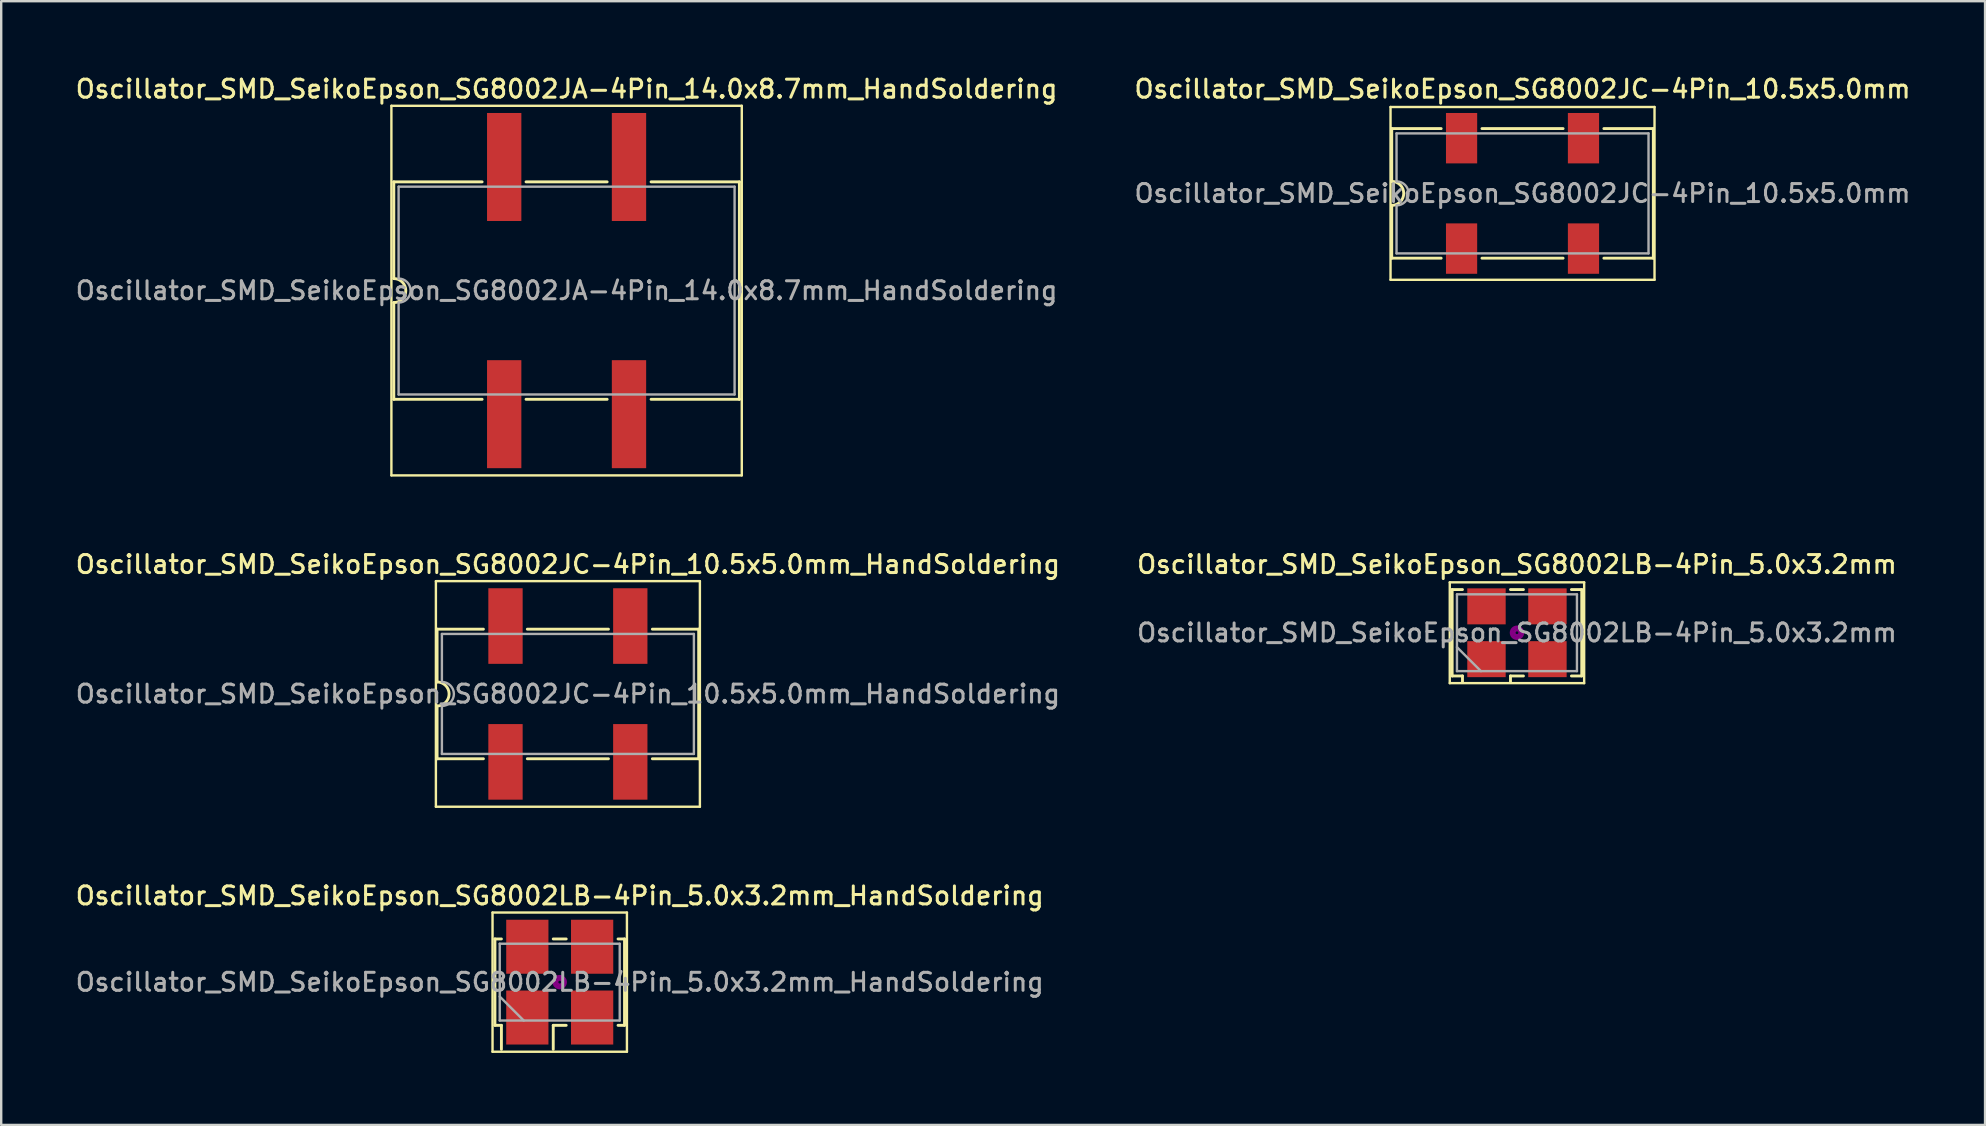
<source format=kicad_pcb>
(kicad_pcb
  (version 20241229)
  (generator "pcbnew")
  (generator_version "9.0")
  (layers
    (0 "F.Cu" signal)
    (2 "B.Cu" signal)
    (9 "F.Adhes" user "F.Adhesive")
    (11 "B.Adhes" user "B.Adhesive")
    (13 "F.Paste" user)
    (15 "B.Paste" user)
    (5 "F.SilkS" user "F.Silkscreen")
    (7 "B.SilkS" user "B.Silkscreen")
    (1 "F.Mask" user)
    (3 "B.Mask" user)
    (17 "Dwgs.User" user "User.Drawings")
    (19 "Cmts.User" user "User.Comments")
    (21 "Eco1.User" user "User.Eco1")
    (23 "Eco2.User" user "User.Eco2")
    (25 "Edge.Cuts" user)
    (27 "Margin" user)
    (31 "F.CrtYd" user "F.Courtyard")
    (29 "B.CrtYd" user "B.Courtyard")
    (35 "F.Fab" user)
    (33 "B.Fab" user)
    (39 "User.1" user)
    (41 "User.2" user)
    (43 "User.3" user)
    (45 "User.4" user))
  (footprint "Oscillator_SMD_SeikoEpson_SG8002LB-4Pin_5.0x3.2mm"
    (layer "F.Cu")
    (at 60.159 23.316)
    (property "Reference" "Oscillator_SMD_SeikoEpson_SG8002LB-4Pin_5.0x3.2mm" (at 0 -2.85 0) (layer "F.SilkS") (effects (font (size 0.75 0.75) (thickness 0.125))))
    (attr smd)
    (fp_line (start -2.8 -2.1) (end -2.8 2.1) (stroke (width 0.1) (type solid)) (layer "F.SilkS"))
    (fp_line (start -2.8 2.1) (end 2.8 2.1) (stroke (width 0.1) (type solid)) (layer "F.SilkS"))
    (fp_line (start -2.7 -1.8) (end -2.27 -1.8) (stroke (width 0.12) (type solid)) (layer "F.SilkS"))
    (fp_line (start -2.7 1.8) (end -2.7 -1.8) (stroke (width 0.12) (type solid)) (layer "F.SilkS"))
    (fp_line (start -2.27 1.8) (end -2.7 1.8) (stroke (width 0.12) (type solid)) (layer "F.SilkS"))
    (fp_line (start -2.27 2.05) (end -2.27 1.8) (stroke (width 0.12) (type solid)) (layer "F.SilkS"))
    (fp_line (start -0.27 -1.8) (end 0.27 -1.8) (stroke (width 0.12) (type solid)) (layer "F.SilkS"))
    (fp_line (start -0.27 1.8) (end -0.27 2.05) (stroke (width 0.12) (type solid)) (layer "F.SilkS"))
    (fp_line (start 0.27 1.8) (end -0.27 1.8) (stroke (width 0.12) (type solid)) (layer "F.SilkS"))
    (fp_line (start 2.27 -1.8) (end 2.7 -1.8) (stroke (width 0.12) (type solid)) (layer "F.SilkS"))
    (fp_line (start 2.7 -1.8) (end 2.7 1.8) (stroke (width 0.12) (type solid)) (layer "F.SilkS"))
    (fp_line (start 2.7 1.8) (end 2.27 1.8) (stroke (width 0.12) (type solid)) (layer "F.SilkS"))
    (fp_line (start 2.8 -2.1) (end -2.8 -2.1) (stroke (width 0.1) (type solid)) (layer "F.SilkS"))
    (fp_line (start 2.8 2.1) (end 2.8 -2.1) (stroke (width 0.1) (type solid)) (layer "F.SilkS"))
    (fp_circle (center 0 0) (end 0.058 0) (stroke (width 0.117) (type solid)) (fill no) (layer "F.Adhes"))
    (fp_circle (center 0 0) (end 0.133 0) (stroke (width 0.083) (type solid)) (fill no) (layer "F.Adhes"))
    (fp_circle (center 0 0) (end 0.208 0) (stroke (width 0.083) (type solid)) (fill no) (layer "F.Adhes"))
    (fp_circle (center 0 0) (end 0.25 0) (stroke (width 0.1) (type solid)) (fill no) (layer "F.Adhes"))
    (fp_line (start -2.5 -1.6) (end -2.5 1.6) (stroke (width 0.1) (type solid)) (layer "F.Fab"))
    (fp_line (start -2.5 0.6) (end -1.5 1.6) (stroke (width 0.1) (type solid)) (layer "F.Fab"))
    (fp_line (start -2.5 1.6) (end 2.5 1.6) (stroke (width 0.1) (type solid)) (layer "F.Fab"))
    (fp_line (start 2.5 -1.6) (end -2.5 -1.6) (stroke (width 0.1) (type solid)) (layer "F.Fab"))
    (fp_line (start 2.5 1.6) (end 2.5 -1.6) (stroke (width 0.1) (type solid)) (layer "F.Fab"))
    (fp_text user "${REFERENCE}" (at 0 0 0) (layer "F.Fab") (effects (font (size 0.75 0.75) (thickness 0.125))))
    (pad "1" smd rect (at -1.27 1.1) (size 1.6 1.5) (layers "F.Cu" "F.Mask" "F.Paste"))
    (pad "2" smd rect (at 1.27 1.1) (size 1.6 1.5) (layers "F.Cu" "F.Mask" "F.Paste"))
    (pad "3" smd rect (at 1.27 -1.1) (size 1.6 1.5) (layers "F.Cu" "F.Mask" "F.Paste"))
    (pad "4" smd rect (at -1.27 -1.1) (size 1.6 1.5) (layers "F.Cu" "F.Mask" "F.Paste")))
  (footprint "Oscillator_SMD_SeikoEpson_SG8002LB-4Pin_5.0x3.2mm_HandSoldering"
    (layer "F.Cu")
    (at 20.273 37.874)
    (property "Reference" "Oscillator_SMD_SeikoEpson_SG8002LB-4Pin_5.0x3.2mm_HandSoldering" (at 0 -3.6 0) (layer "F.SilkS") (effects (font (size 0.75 0.75) (thickness 0.125))))
    (attr smd)
    (fp_line (start -2.8 -2.9) (end -2.8 2.9) (stroke (width 0.1) (type solid)) (layer "F.SilkS"))
    (fp_line (start -2.8 2.9) (end 2.8 2.9) (stroke (width 0.1) (type solid)) (layer "F.SilkS"))
    (fp_line (start -2.7 -1.8) (end -2.43 -1.8) (stroke (width 0.12) (type solid)) (layer "F.SilkS"))
    (fp_line (start -2.7 1.8) (end -2.7 -1.8) (stroke (width 0.12) (type solid)) (layer "F.SilkS"))
    (fp_line (start -2.43 1.8) (end -2.7 1.8) (stroke (width 0.12) (type solid)) (layer "F.SilkS"))
    (fp_line (start -2.43 2.8) (end -2.43 1.8) (stroke (width 0.12) (type solid)) (layer "F.SilkS"))
    (fp_line (start -0.27 -1.8) (end 0.27 -1.8) (stroke (width 0.12) (type solid)) (layer "F.SilkS"))
    (fp_line (start -0.27 1.8) (end -0.27 2.8) (stroke (width 0.12) (type solid)) (layer "F.SilkS"))
    (fp_line (start 0.27 1.8) (end -0.27 1.8) (stroke (width 0.12) (type solid)) (layer "F.SilkS"))
    (fp_line (start 2.43 -1.8) (end 2.7 -1.8) (stroke (width 0.12) (type solid)) (layer "F.SilkS"))
    (fp_line (start 2.7 -1.8) (end 2.7 1.8) (stroke (width 0.12) (type solid)) (layer "F.SilkS"))
    (fp_line (start 2.7 1.8) (end 2.43 1.8) (stroke (width 0.12) (type solid)) (layer "F.SilkS"))
    (fp_line (start 2.8 -2.9) (end -2.8 -2.9) (stroke (width 0.1) (type solid)) (layer "F.SilkS"))
    (fp_line (start 2.8 2.9) (end 2.8 -2.9) (stroke (width 0.1) (type solid)) (layer "F.SilkS"))
    (fp_circle (center 0 0) (end 0.058 0) (stroke (width 0.117) (type solid)) (fill no) (layer "F.Adhes"))
    (fp_circle (center 0 0) (end 0.133 0) (stroke (width 0.083) (type solid)) (fill no) (layer "F.Adhes"))
    (fp_circle (center 0 0) (end 0.208 0) (stroke (width 0.083) (type solid)) (fill no) (layer "F.Adhes"))
    (fp_circle (center 0 0) (end 0.25 0) (stroke (width 0.1) (type solid)) (fill no) (layer "F.Adhes"))
    (fp_line (start -2.5 -1.6) (end -2.5 1.6) (stroke (width 0.1) (type solid)) (layer "F.Fab"))
    (fp_line (start -2.5 0.6) (end -1.5 1.6) (stroke (width 0.1) (type solid)) (layer "F.Fab"))
    (fp_line (start -2.5 1.6) (end 2.5 1.6) (stroke (width 0.1) (type solid)) (layer "F.Fab"))
    (fp_line (start 2.5 -1.6) (end -2.5 -1.6) (stroke (width 0.1) (type solid)) (layer "F.Fab"))
    (fp_line (start 2.5 1.6) (end 2.5 -1.6) (stroke (width 0.1) (type solid)) (layer "F.Fab"))
    (fp_text user "${REFERENCE}" (at 0 0 0) (layer "F.Fab") (effects (font (size 0.75 0.75) (thickness 0.125))))
    (pad "1" smd rect (at -1.35 1.475) (size 1.76 2.25) (layers "F.Cu" "F.Mask" "F.Paste"))
    (pad "2" smd rect (at 1.35 1.475) (size 1.76 2.25) (layers "F.Cu" "F.Mask" "F.Paste"))
    (pad "3" smd rect (at 1.35 -1.475) (size 1.76 2.25) (layers "F.Cu" "F.Mask" "F.Paste"))
    (pad "4" smd rect (at -1.35 -1.475) (size 1.76 2.25) (layers "F.Cu" "F.Mask" "F.Paste")))
  (footprint "Oscillator_SMD_SeikoEpson_SG8002JC-4Pin_10.5x5.0mm_HandSoldering"
    (layer "F.Cu")
    (at 20.613 25.866)
    (property "Reference" "Oscillator_SMD_SeikoEpson_SG8002JC-4Pin_10.5x5.0mm_HandSoldering" (at 0 -5.4 0) (layer "F.SilkS") (effects (font (size 0.75 0.75) (thickness 0.125))))
    (attr smd)
    (fp_line (start -5.5 -4.7) (end -5.5 4.7) (stroke (width 0.1) (type solid)) (layer "F.SilkS"))
    (fp_line (start -5.5 4.7) (end 5.5 4.7) (stroke (width 0.1) (type solid)) (layer "F.SilkS"))
    (fp_line (start -5.45 -2.7) (end -3.52 -2.7) (stroke (width 0.12) (type solid)) (layer "F.SilkS"))
    (fp_line (start -5.45 -0.5) (end -5.45 -2.7) (stroke (width 0.12) (type solid)) (layer "F.SilkS"))
    (fp_line (start -5.45 2.7) (end -5.45 0.5) (stroke (width 0.12) (type solid)) (layer "F.SilkS"))
    (fp_line (start -5.45 2.7) (end -3.52 2.7) (stroke (width 0.12) (type solid)) (layer "F.SilkS"))
    (fp_line (start -1.69 -2.7) (end 1.69 -2.7) (stroke (width 0.12) (type solid)) (layer "F.SilkS"))
    (fp_line (start 1.69 2.7) (end -1.69 2.7) (stroke (width 0.12) (type solid)) (layer "F.SilkS"))
    (fp_line (start 3.52 -2.7) (end 5.45 -2.7) (stroke (width 0.12) (type solid)) (layer "F.SilkS"))
    (fp_line (start 5.45 -2.7) (end 5.45 2.7) (stroke (width 0.12) (type solid)) (layer "F.SilkS"))
    (fp_line (start 5.45 2.7) (end 3.52 2.7) (stroke (width 0.12) (type solid)) (layer "F.SilkS"))
    (fp_line (start 5.5 -4.7) (end -5.5 -4.7) (stroke (width 0.1) (type solid)) (layer "F.SilkS"))
    (fp_line (start 5.5 4.7) (end 5.5 -4.7) (stroke (width 0.1) (type solid)) (layer "F.SilkS"))
    (fp_arc (start -5.45 -0.5) (mid -4.95 0) (end -5.45 0.5) (stroke (width 0.12) (type solid)) (layer "F.SilkS"))
    (fp_line (start -5.25 -2.5) (end 5.25 -2.5) (stroke (width 0.1) (type solid)) (layer "F.Fab"))
    (fp_line (start -5.25 -0.5) (end -5.25 -2.5) (stroke (width 0.1) (type solid)) (layer "F.Fab"))
    (fp_line (start -5.25 2.5) (end -5.25 0.5) (stroke (width 0.1) (type solid)) (layer "F.Fab"))
    (fp_line (start 5.25 -2.5) (end 5.25 2.5) (stroke (width 0.1) (type solid)) (layer "F.Fab"))
    (fp_line (start 5.25 2.5) (end -5.25 2.5) (stroke (width 0.1) (type solid)) (layer "F.Fab"))
    (fp_arc (start -5.25 -0.5) (mid -4.75 0) (end -5.25 0.5) (stroke (width 0.1) (type solid)) (layer "F.Fab"))
    (fp_text user "${REFERENCE}" (at 0 0 0) (layer "F.Fab") (effects (font (size 0.75 0.75) (thickness 0.125))))
    (pad "1" smd rect (at -2.6 2.83) (size 1.43 3.15) (layers "F.Cu" "F.Mask" "F.Paste"))
    (pad "2" smd rect (at 2.6 2.83) (size 1.43 3.15) (layers "F.Cu" "F.Mask" "F.Paste"))
    (pad "3" smd rect (at 2.6 -2.83) (size 1.43 3.15) (layers "F.Cu" "F.Mask" "F.Paste"))
    (pad "4" smd rect (at -2.6 -2.83) (size 1.43 3.15) (layers "F.Cu" "F.Mask" "F.Paste")))
  (footprint "Oscillator_SMD_SeikoEpson_SG8002JC-4Pin_10.5x5.0mm"
    (layer "F.Cu")
    (at 60.391 5.008)
    (property "Reference" "Oscillator_SMD_SeikoEpson_SG8002JC-4Pin_10.5x5.0mm" (at 0 -4.35 0) (layer "F.SilkS") (effects (font (size 0.75 0.75) (thickness 0.125))))
    (attr smd)
    (fp_line (start -5.5 -3.6) (end -5.5 3.6) (stroke (width 0.1) (type solid)) (layer "F.SilkS"))
    (fp_line (start -5.5 3.6) (end 5.5 3.6) (stroke (width 0.1) (type solid)) (layer "F.SilkS"))
    (fp_line (start -5.45 -2.7) (end -3.39 -2.7) (stroke (width 0.12) (type solid)) (layer "F.SilkS"))
    (fp_line (start -5.45 -0.5) (end -5.45 -2.7) (stroke (width 0.12) (type solid)) (layer "F.SilkS"))
    (fp_line (start -5.45 2.7) (end -5.45 0.5) (stroke (width 0.12) (type solid)) (layer "F.SilkS"))
    (fp_line (start -5.45 2.7) (end -3.39 2.7) (stroke (width 0.12) (type solid)) (layer "F.SilkS"))
    (fp_line (start -1.69 -2.7) (end 1.69 -2.7) (stroke (width 0.12) (type solid)) (layer "F.SilkS"))
    (fp_line (start 1.69 2.7) (end -1.69 2.7) (stroke (width 0.12) (type solid)) (layer "F.SilkS"))
    (fp_line (start 3.39 -2.7) (end 5.45 -2.7) (stroke (width 0.12) (type solid)) (layer "F.SilkS"))
    (fp_line (start 5.45 -2.7) (end 5.45 2.7) (stroke (width 0.12) (type solid)) (layer "F.SilkS"))
    (fp_line (start 5.45 2.7) (end 3.39 2.7) (stroke (width 0.12) (type solid)) (layer "F.SilkS"))
    (fp_line (start 5.5 -3.6) (end -5.5 -3.6) (stroke (width 0.1) (type solid)) (layer "F.SilkS"))
    (fp_line (start 5.5 3.6) (end 5.5 -3.6) (stroke (width 0.1) (type solid)) (layer "F.SilkS"))
    (fp_arc (start -5.45 -0.5) (mid -4.95 0) (end -5.45 0.5) (stroke (width 0.12) (type solid)) (layer "F.SilkS"))
    (fp_line (start -5.25 -2.5) (end 5.25 -2.5) (stroke (width 0.1) (type solid)) (layer "F.Fab"))
    (fp_line (start -5.25 -0.5) (end -5.25 -2.5) (stroke (width 0.1) (type solid)) (layer "F.Fab"))
    (fp_line (start -5.25 2.5) (end -5.25 0.5) (stroke (width 0.1) (type solid)) (layer "F.Fab"))
    (fp_line (start 5.25 -2.5) (end 5.25 2.5) (stroke (width 0.1) (type solid)) (layer "F.Fab"))
    (fp_line (start 5.25 2.5) (end -5.25 2.5) (stroke (width 0.1) (type solid)) (layer "F.Fab"))
    (fp_arc (start -5.25 -0.5) (mid -4.75 0) (end -5.25 0.5) (stroke (width 0.1) (type solid)) (layer "F.Fab"))
    (fp_text user "${REFERENCE}" (at 0 0 0) (layer "F.Fab") (effects (font (size 0.75 0.75) (thickness 0.125))))
    (pad "1" smd rect (at -2.54 2.3) (size 1.3 2.1) (layers "F.Cu" "F.Mask" "F.Paste"))
    (pad "2" smd rect (at 2.54 2.3) (size 1.3 2.1) (layers "F.Cu" "F.Mask" "F.Paste"))
    (pad "3" smd rect (at 2.54 -2.3) (size 1.3 2.1) (layers "F.Cu" "F.Mask" "F.Paste"))
    (pad "4" smd rect (at -2.54 -2.3) (size 1.3 2.1) (layers "F.Cu" "F.Mask" "F.Paste")))
  (footprint "Oscillator_SMD_SeikoEpson_SG8002JA-4Pin_14.0x8.7mm_HandSoldering"
    (layer "F.Cu")
    (at 20.559 9.058)
    (property "Reference" "Oscillator_SMD_SeikoEpson_SG8002JA-4Pin_14.0x8.7mm_HandSoldering" (at 0 -8.4 0) (layer "F.SilkS") (effects (font (size 0.75 0.75) (thickness 0.125))))
    (attr smd)
    (fp_line (start -7.3 -7.7) (end -7.3 7.7) (stroke (width 0.1) (type solid)) (layer "F.SilkS"))
    (fp_line (start -7.3 7.7) (end 7.3 7.7) (stroke (width 0.1) (type solid)) (layer "F.SilkS"))
    (fp_line (start -7.2 -4.53) (end -3.52 -4.53) (stroke (width 0.12) (type solid)) (layer "F.SilkS"))
    (fp_line (start -7.2 -0.5) (end -7.2 -4.53) (stroke (width 0.12) (type solid)) (layer "F.SilkS"))
    (fp_line (start -7.2 4.53) (end -7.2 0.5) (stroke (width 0.12) (type solid)) (layer "F.SilkS"))
    (fp_line (start -7.2 4.53) (end -3.52 4.53) (stroke (width 0.12) (type solid)) (layer "F.SilkS"))
    (fp_line (start -1.69 -4.53) (end 1.69 -4.53) (stroke (width 0.12) (type solid)) (layer "F.SilkS"))
    (fp_line (start 1.69 4.53) (end -1.69 4.53) (stroke (width 0.12) (type solid)) (layer "F.SilkS"))
    (fp_line (start 3.52 -4.53) (end 7.2 -4.53) (stroke (width 0.12) (type solid)) (layer "F.SilkS"))
    (fp_line (start 7.2 -4.53) (end 7.2 4.53) (stroke (width 0.12) (type solid)) (layer "F.SilkS"))
    (fp_line (start 7.2 4.53) (end 3.52 4.53) (stroke (width 0.12) (type solid)) (layer "F.SilkS"))
    (fp_line (start 7.3 -7.7) (end -7.3 -7.7) (stroke (width 0.1) (type solid)) (layer "F.SilkS"))
    (fp_line (start 7.3 7.7) (end 7.3 -7.7) (stroke (width 0.1) (type solid)) (layer "F.SilkS"))
    (fp_arc (start -7.2 -0.5) (mid -6.7 0) (end -7.2 0.5) (stroke (width 0.12) (type solid)) (layer "F.SilkS"))
    (fp_line (start -7 -4.33) (end 7 -4.33) (stroke (width 0.1) (type solid)) (layer "F.Fab"))
    (fp_line (start -7 -0.5) (end -7 -4.33) (stroke (width 0.1) (type solid)) (layer "F.Fab"))
    (fp_line (start -7 4.33) (end -7 0.5) (stroke (width 0.1) (type solid)) (layer "F.Fab"))
    (fp_line (start 7 -4.33) (end 7 4.33) (stroke (width 0.1) (type solid)) (layer "F.Fab"))
    (fp_line (start 7 4.33) (end -7 4.33) (stroke (width 0.1) (type solid)) (layer "F.Fab"))
    (fp_arc (start -7 -0.5) (mid -6.5 0) (end -7 0.5) (stroke (width 0.1) (type solid)) (layer "F.Fab"))
    (fp_text user "${REFERENCE}" (at 0 0 0) (layer "F.Fab") (effects (font (size 0.75 0.75) (thickness 0.125))))
    (pad "1" smd rect (at -2.6 5.15) (size 1.43 4.5) (layers "F.Cu" "F.Mask" "F.Paste"))
    (pad "2" smd rect (at 2.6 5.15) (size 1.43 4.5) (layers "F.Cu" "F.Mask" "F.Paste"))
    (pad "3" smd rect (at 2.6 -5.15) (size 1.43 4.5) (layers "F.Cu" "F.Mask" "F.Paste"))
    (pad "4" smd rect (at -2.6 -5.15) (size 1.43 4.5) (layers "F.Cu" "F.Mask" "F.Paste")))
  (gr_rect
    (start -3 -3)
    (end 79.664 43.824)
    (stroke (width 0.1) (type default))
    (fill no)
    (layer "Edge.Cuts")))
</source>
